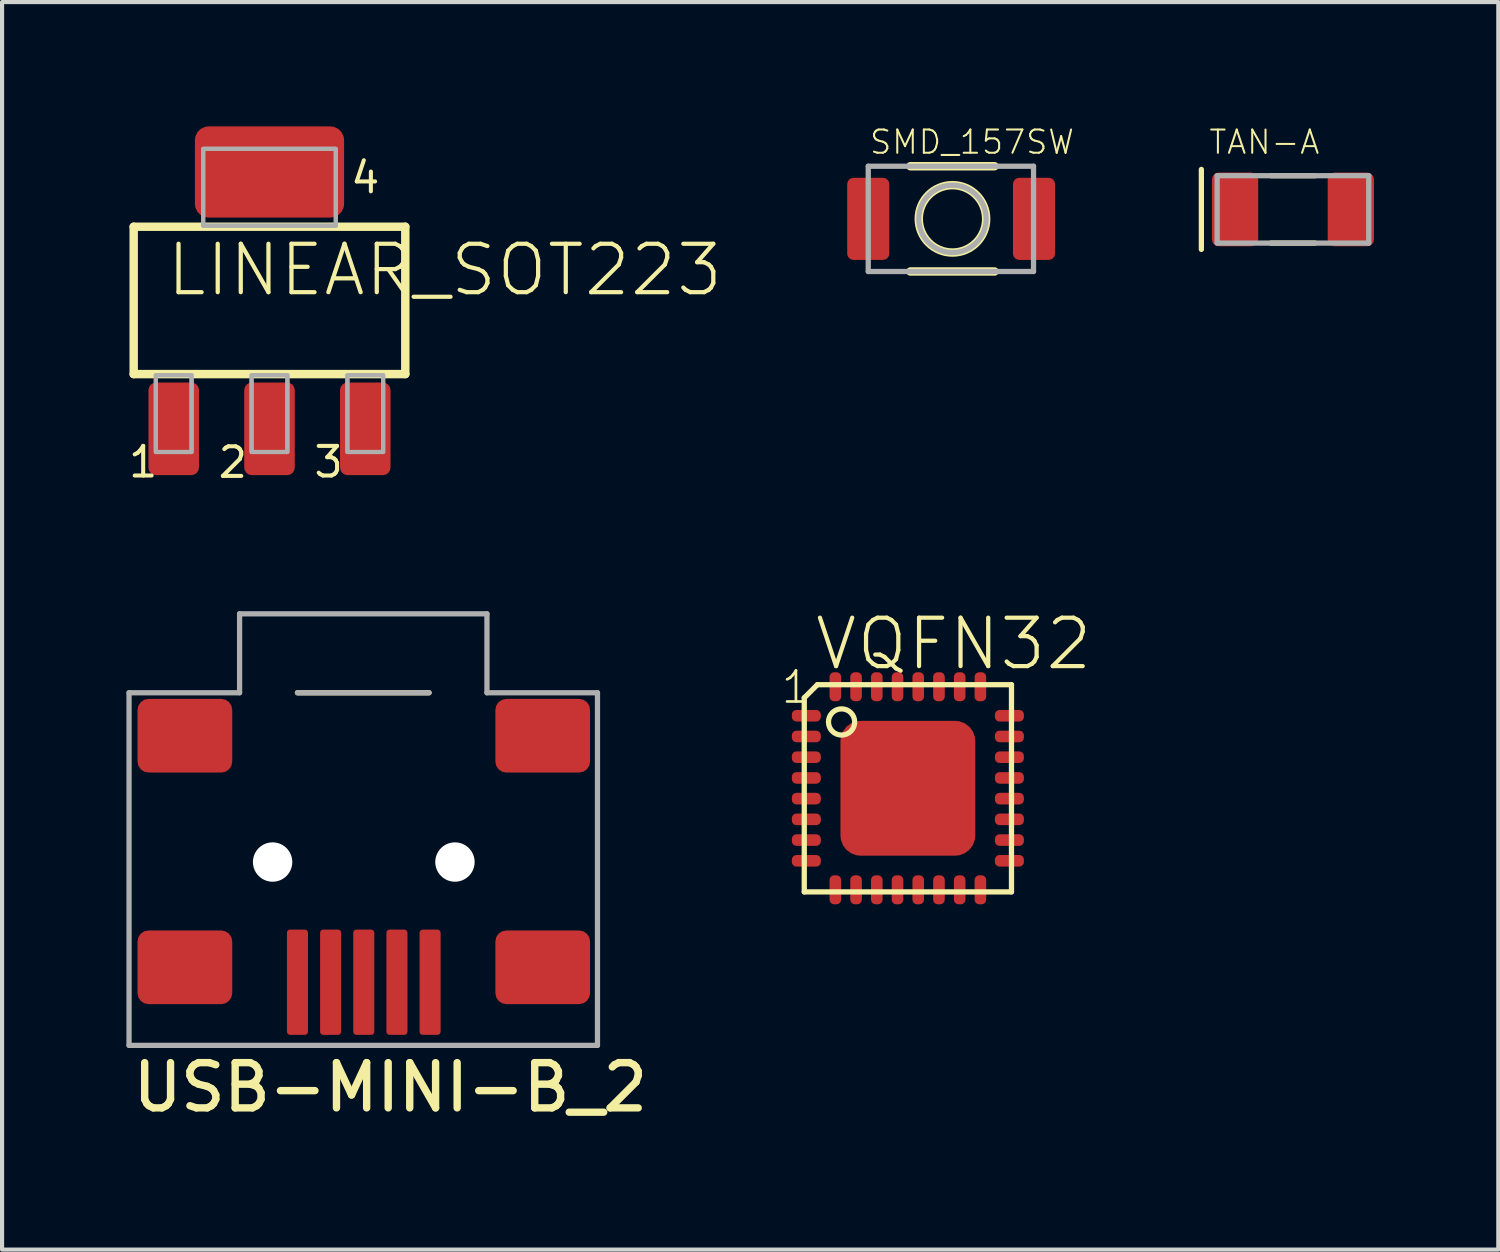
<source format=kicad_pcb>
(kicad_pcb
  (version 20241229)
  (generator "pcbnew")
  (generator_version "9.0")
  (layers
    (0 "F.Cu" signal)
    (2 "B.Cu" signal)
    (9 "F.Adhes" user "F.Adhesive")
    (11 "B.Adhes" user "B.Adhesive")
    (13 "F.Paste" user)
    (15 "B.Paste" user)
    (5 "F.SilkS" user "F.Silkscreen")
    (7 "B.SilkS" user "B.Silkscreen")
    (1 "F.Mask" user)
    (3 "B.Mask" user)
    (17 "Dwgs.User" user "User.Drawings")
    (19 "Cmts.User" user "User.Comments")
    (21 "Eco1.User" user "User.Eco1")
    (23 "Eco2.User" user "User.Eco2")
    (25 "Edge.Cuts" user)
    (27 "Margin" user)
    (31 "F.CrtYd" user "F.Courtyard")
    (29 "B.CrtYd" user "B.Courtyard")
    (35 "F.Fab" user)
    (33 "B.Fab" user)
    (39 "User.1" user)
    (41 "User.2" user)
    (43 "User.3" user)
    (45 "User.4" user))
  (footprint "SMD_157SW"
    (layer "F.Cu")
    (at 17.901 2.231)
    (property "Reference" "SMD_157SW" (at 0 -1.524 0) (unlocked yes) (layer "F.SilkS") (effects (font (size 0.561 0.561) (thickness 0.049)) (justify left bottom)))
    (fp_line (start 1.016 -1.27) (end 3.048 -1.27) (stroke (width 0.203) (type solid)) (layer "F.SilkS"))
    (fp_line (start 1.016 1.27) (end 3.048 1.27) (stroke (width 0.203) (type solid)) (layer "F.SilkS"))
    (fp_circle (center 2.032 0) (end 2.845 0) (stroke (width 0.203) (type solid)) (fill no) (layer "F.SilkS"))
    (fp_line (start 0 -1.27) (end 3.988 -1.27) (stroke (width 0.127) (type solid)) (layer "F.Fab"))
    (fp_line (start 0 1.27) (end 0 -1.27) (stroke (width 0.127) (type solid)) (layer "F.Fab"))
    (fp_line (start 3.988 -1.27) (end 3.988 1.27) (stroke (width 0.127) (type solid)) (layer "F.Fab"))
    (fp_line (start 3.988 1.27) (end 0 1.27) (stroke (width 0.127) (type solid)) (layer "F.Fab"))
    (fp_circle (center 2.032 0) (end 2.845 0) (stroke (width 0.127) (type solid)) (fill no) (layer "F.Fab"))
    (pad "1" smd roundrect (at 0 0) (size 1.016 1.981) (layers "F.Cu" "F.Mask" "F.Paste") (roundrect_rratio 0.15))
    (pad "2" smd roundrect (at 4 0) (size 1.016 1.981) (layers "F.Cu" "F.Mask" "F.Paste") (roundrect_rratio 0.15)))
  (footprint "VQFN32"
    (layer "F.Cu")
    (at 18.857 15.971)
    (property "Reference" "VQFN32" (at -2.3 -2.8 0) (unlocked yes) (layer "F.SilkS") (effects (font (size 1.168 1.168) (thickness 0.102)) (justify left bottom)))
    (fp_poly (pts (xy 0.232 -1.313) (xy 0.456 -1.253) (xy 0.667 -1.155) (xy 0.857 -1.022) (xy 1.022 -0.857) (xy 1.155 -0.667) (xy 1.254 -0.454) (xy 1.334 -0.003) (xy 1.313 0.232) (xy 1.253 0.456) (xy 1.155 0.667) (xy 1.022 0.857) (xy 0.857 1.022) (xy 0.667 1.155) (xy 0.456 1.253) (xy 0.232 1.313) (xy 0 1.334) (xy -0.232 1.313) (xy -0.456 1.253) (xy -0.667 1.155) (xy -0.857 1.022) (xy -1.022 0.857) (xy -1.155 0.667) (xy -1.253 0.456) (xy -1.313 0.232) (xy -1.334 0) (xy -1.313 -0.232) (xy -1.253 -0.456) (xy -1.155 -0.667) (xy -1.022 -0.857) (xy -0.857 -1.022) (xy -0.667 -1.155) (xy -0.456 -1.253) (xy -0.232 -1.313) (xy 0 -1.334)) (stroke (width 0) (type default)) (fill yes) (layer "F.Mask"))
    (fp_line (start -2.5 -2.183) (end -2.5 2.5) (stroke (width 0.127) (type solid)) (layer "F.SilkS"))
    (fp_line (start -2.5 2.5) (end 2.5 2.5) (stroke (width 0.127) (type solid)) (layer "F.SilkS"))
    (fp_line (start -2.183 -2.5) (end -2.5 -2.183) (stroke (width 0.127) (type solid)) (layer "F.SilkS"))
    (fp_line (start 2.5 -2.5) (end -2.183 -2.5) (stroke (width 0.127) (type solid)) (layer "F.SilkS"))
    (fp_line (start 2.5 2.5) (end 2.5 -2.5) (stroke (width 0.127) (type solid)) (layer "F.SilkS"))
    (fp_circle (center -1.6 -1.6) (end -1.284 -1.6) (stroke (width 0.127) (type solid)) (fill no) (layer "F.SilkS"))
    (fp_poly (pts (xy -0.635 0.635) (xy 0.635 0.635) (xy 0.635 -0.635) (xy -0.635 -0.635)) (stroke (width 0) (type default)) (fill yes) (layer "F.Paste"))
    (fp_text user "1" (at -3.1 -2 0) (unlocked yes) (layer "F.SilkS") (effects (font (size 0.748 0.748) (thickness 0.065)) (justify left bottom)))
    (pad "1" smd roundrect (at -2.45 -1.75 90) (size 0.28 0.7) (layers "F.Cu" "F.Mask" "F.Paste") (roundrect_rratio 0.4))
    (pad "2" smd roundrect (at -2.45 -1.25 90) (size 0.28 0.7) (layers "F.Cu" "F.Mask" "F.Paste") (roundrect_rratio 0.4))
    (pad "3" smd roundrect (at -2.45 -0.75 90) (size 0.28 0.7) (layers "F.Cu" "F.Mask" "F.Paste") (roundrect_rratio 0.4))
    (pad "4" smd roundrect (at -2.45 -0.25 90) (size 0.28 0.7) (layers "F.Cu" "F.Mask" "F.Paste") (roundrect_rratio 0.4))
    (pad "5" smd roundrect (at -2.45 0.25 90) (size 0.28 0.7) (layers "F.Cu" "F.Mask" "F.Paste") (roundrect_rratio 0.4))
    (pad "6" smd roundrect (at -2.45 0.75 90) (size 0.28 0.7) (layers "F.Cu" "F.Mask" "F.Paste") (roundrect_rratio 0.4))
    (pad "7" smd roundrect (at -2.45 1.25 90) (size 0.28 0.7) (layers "F.Cu" "F.Mask" "F.Paste") (roundrect_rratio 0.4))
    (pad "8" smd roundrect (at -2.45 1.75 90) (size 0.28 0.7) (layers "F.Cu" "F.Mask" "F.Paste") (roundrect_rratio 0.4))
    (pad "9" smd roundrect (at -1.75 2.45 180) (size 0.28 0.7) (layers "F.Cu" "F.Mask" "F.Paste") (roundrect_rratio 0.4))
    (pad "10" smd roundrect (at -1.25 2.45 180) (size 0.28 0.7) (layers "F.Cu" "F.Mask" "F.Paste") (roundrect_rratio 0.4))
    (pad "11" smd roundrect (at -0.75 2.45 180) (size 0.28 0.7) (layers "F.Cu" "F.Mask" "F.Paste") (roundrect_rratio 0.4))
    (pad "12" smd roundrect (at -0.25 2.45 180) (size 0.28 0.7) (layers "F.Cu" "F.Mask" "F.Paste") (roundrect_rratio 0.4))
    (pad "13" smd roundrect (at 0.25 2.45 180) (size 0.28 0.7) (layers "F.Cu" "F.Mask" "F.Paste") (roundrect_rratio 0.4))
    (pad "14" smd roundrect (at 0.75 2.45 180) (size 0.28 0.7) (layers "F.Cu" "F.Mask" "F.Paste") (roundrect_rratio 0.4))
    (pad "15" smd roundrect (at 1.25 2.45 180) (size 0.28 0.7) (layers "F.Cu" "F.Mask" "F.Paste") (roundrect_rratio 0.4))
    (pad "16" smd roundrect (at 1.75 2.45 180) (size 0.28 0.7) (layers "F.Cu" "F.Mask" "F.Paste") (roundrect_rratio 0.4))
    (pad "17" smd roundrect (at 2.45 1.75 90) (size 0.28 0.7) (layers "F.Cu" "F.Mask" "F.Paste") (roundrect_rratio 0.4))
    (pad "18" smd roundrect (at 2.45 1.25 90) (size 0.28 0.7) (layers "F.Cu" "F.Mask" "F.Paste") (roundrect_rratio 0.4))
    (pad "19" smd roundrect (at 2.45 0.75 90) (size 0.28 0.7) (layers "F.Cu" "F.Mask" "F.Paste") (roundrect_rratio 0.4))
    (pad "20" smd roundrect (at 2.45 0.25 90) (size 0.28 0.7) (layers "F.Cu" "F.Mask" "F.Paste") (roundrect_rratio 0.4))
    (pad "21" smd roundrect (at 2.45 -0.25 90) (size 0.28 0.7) (layers "F.Cu" "F.Mask" "F.Paste") (roundrect_rratio 0.4))
    (pad "22" smd roundrect (at 2.45 -0.75 90) (size 0.28 0.7) (layers "F.Cu" "F.Mask" "F.Paste") (roundrect_rratio 0.4))
    (pad "23" smd roundrect (at 2.45 -1.25 90) (size 0.28 0.7) (layers "F.Cu" "F.Mask" "F.Paste") (roundrect_rratio 0.4))
    (pad "24" smd roundrect (at 2.45 -1.75 90) (size 0.28 0.7) (layers "F.Cu" "F.Mask" "F.Paste") (roundrect_rratio 0.4))
    (pad "25" smd roundrect (at 1.75 -2.45 180) (size 0.28 0.7) (layers "F.Cu" "F.Mask" "F.Paste") (roundrect_rratio 0.4))
    (pad "26" smd roundrect (at 1.25 -2.45 180) (size 0.28 0.7) (layers "F.Cu" "F.Mask" "F.Paste") (roundrect_rratio 0.4))
    (pad "27" smd roundrect (at 0.75 -2.45 180) (size 0.28 0.7) (layers "F.Cu" "F.Mask" "F.Paste") (roundrect_rratio 0.4))
    (pad "28" smd roundrect (at 0.25 -2.45 180) (size 0.28 0.7) (layers "F.Cu" "F.Mask" "F.Paste") (roundrect_rratio 0.4))
    (pad "29" smd roundrect (at -0.25 -2.45 180) (size 0.28 0.7) (layers "F.Cu" "F.Mask" "F.Paste") (roundrect_rratio 0.4))
    (pad "30" smd roundrect (at -0.75 -2.45 180) (size 0.28 0.7) (layers "F.Cu" "F.Mask" "F.Paste") (roundrect_rratio 0.4))
    (pad "31" smd roundrect (at -1.25 -2.45 180) (size 0.28 0.7) (layers "F.Cu" "F.Mask" "F.Paste") (roundrect_rratio 0.4))
    (pad "32" smd roundrect (at -1.75 -2.45 180) (size 0.28 0.7) (layers "F.Cu" "F.Mask" "F.Paste") (roundrect_rratio 0.4))
    (pad "33" smd roundrect (at 0 0 180) (size 3.254 3.254) (layers "F.Cu") (roundrect_rratio 0.15)))
  (footprint "LINEAR_SOT223"
    (layer "F.Cu")
    (at 3.453 4.199)
    (property "Reference" "LINEAR_SOT223" (at -2.54 -0.051 0) (unlocked yes) (layer "F.SilkS") (effects (font (size 1.168 1.168) (thickness 0.102)) (justify left bottom)))
    (fp_line (start -3.277 -1.778) (end 3.277 -1.778) (stroke (width 0.203) (type solid)) (layer "F.SilkS"))
    (fp_line (start -3.277 1.778) (end -3.277 -1.778) (stroke (width 0.203) (type solid)) (layer "F.SilkS"))
    (fp_line (start 3.277 -1.778) (end 3.277 1.778) (stroke (width 0.203) (type solid)) (layer "F.SilkS"))
    (fp_line (start 3.277 1.778) (end -3.277 1.778) (stroke (width 0.203) (type solid)) (layer "F.SilkS"))
    (fp_poly (pts (xy -2.743 3.658) (xy -1.88 3.658) (xy -1.88 1.803) (xy -2.743 1.803)) (stroke (width 0.1) (type default)) (fill no) (layer "F.Fab"))
    (fp_poly (pts (xy -2.743 3.658) (xy -1.88 3.658) (xy -1.88 1.803) (xy -2.743 1.803)) (stroke (width 0.1) (type default)) (fill no) (layer "F.Fab"))
    (fp_poly (pts (xy -1.6 -1.803) (xy 1.6 -1.803) (xy 1.6 -3.658) (xy -1.6 -3.658)) (stroke (width 0.1) (type default)) (fill no) (layer "F.Fab"))
    (fp_poly (pts (xy -1.6 -1.803) (xy 1.6 -1.803) (xy 1.6 -3.658) (xy -1.6 -3.658)) (stroke (width 0.1) (type default)) (fill no) (layer "F.Fab"))
    (fp_poly (pts (xy -0.432 3.658) (xy 0.432 3.658) (xy 0.432 1.803) (xy -0.432 1.803)) (stroke (width 0.1) (type default)) (fill no) (layer "F.Fab"))
    (fp_poly (pts (xy -0.432 3.658) (xy 0.432 3.658) (xy 0.432 1.803) (xy -0.432 1.803)) (stroke (width 0.1) (type default)) (fill no) (layer "F.Fab"))
    (fp_poly (pts (xy 1.88 3.658) (xy 2.743 3.658) (xy 2.743 1.803) (xy 1.88 1.803)) (stroke (width 0.1) (type default)) (fill no) (layer "F.Fab"))
    (fp_poly (pts (xy 1.88 3.658) (xy 2.743 3.658) (xy 2.743 1.803) (xy 1.88 1.803)) (stroke (width 0.1) (type default)) (fill no) (layer "F.Fab"))
    (fp_text user "1" (at -3.453 4.318 0) (unlocked yes) (layer "F.SilkS") (effects (font (size 0.715 0.715) (thickness 0.098)) (justify left bottom)))
    (fp_text user "2" (at -1.291 4.327 0) (unlocked yes) (layer "F.SilkS") (effects (font (size 0.715 0.715) (thickness 0.098)) (justify left bottom)))
    (fp_text user "4" (at 1.905 -2.54 0) (unlocked yes) (layer "F.SilkS") (effects (font (size 0.715 0.715) (thickness 0.098)) (justify left bottom)))
    (fp_text user "3" (at 1.021 4.318 0) (unlocked yes) (layer "F.SilkS") (effects (font (size 0.715 0.715) (thickness 0.098)) (justify left bottom)))
    (pad "1" smd roundrect (at -2.311 3.099) (size 1.219 2.235) (layers "F.Cu" "F.Mask" "F.Paste") (roundrect_rratio 0.15))
    (pad "2" smd roundrect (at 0 3.099) (size 1.219 2.235) (layers "F.Cu" "F.Mask" "F.Paste") (roundrect_rratio 0.15))
    (pad "3" smd roundrect (at 2.311 3.099) (size 1.219 2.235) (layers "F.Cu" "F.Mask" "F.Paste") (roundrect_rratio 0.15))
    (pad "4" smd roundrect (at 0 -3.099) (size 3.6 2.2) (layers "F.Cu" "F.Mask" "F.Paste") (roundrect_rratio 0.15)))
  (footprint "USB-MINI-B_2"
    (layer "F.Cu")
    (at 4.128 20.651)
    (property "Reference" "USB-MINI-B_2" (at -4.064 3.175 0) (unlocked yes) (layer "F.SilkS") (effects (font (size 1.092 1.092) (thickness 0.178)) (justify left bottom)))
    (fp_line (start 0 -6.985) (end 3.175 -6.985) (stroke (width 0.127) (type solid)) (layer "F.SilkS"))
    (fp_line (start -4.064 -6.985) (end -1.397 -6.985) (stroke (width 0.127) (type solid)) (layer "F.Fab"))
    (fp_line (start -4.064 1.524) (end -4.064 -6.985) (stroke (width 0.127) (type solid)) (layer "F.Fab"))
    (fp_line (start -1.397 -8.89) (end 4.572 -8.89) (stroke (width 0.127) (type solid)) (layer "F.Fab"))
    (fp_line (start -1.397 -6.985) (end -1.397 -8.89) (stroke (width 0.127) (type solid)) (layer "F.Fab"))
    (fp_line (start 0 -6.985) (end 3.175 -6.985) (stroke (width 0.127) (type solid)) (layer "F.Fab"))
    (fp_line (start 4.572 -8.89) (end 4.572 -6.985) (stroke (width 0.127) (type solid)) (layer "F.Fab"))
    (fp_line (start 4.572 -6.985) (end 7.239 -6.985) (stroke (width 0.127) (type solid)) (layer "F.Fab"))
    (fp_line (start 7.239 -6.985) (end 7.239 1.524) (stroke (width 0.127) (type solid)) (layer "F.Fab"))
    (fp_line (start 7.239 1.524) (end -4.064 1.524) (stroke (width 0.127) (type solid)) (layer "F.Fab"))
    (pad "" np_thru_hole circle (at -0.6 -2.9) (size 0.95 0.95) (drill 0.95) (layers "*.Cu" "*.Mask"))
    (pad "" np_thru_hole circle (at 3.8 -2.9) (size 0.95 0.95) (drill 0.95) (layers "*.Cu" "*.Mask"))
    (pad "1" smd roundrect (at 0 0 90) (size 2.54 0.508) (layers "F.Cu" "F.Mask" "F.Paste") (roundrect_rratio 0.15))
    (pad "2" smd roundrect (at 0.8 0 90) (size 2.54 0.508) (layers "F.Cu" "F.Mask" "F.Paste") (roundrect_rratio 0.15))
    (pad "3" smd roundrect (at 1.6 0 90) (size 2.54 0.508) (layers "F.Cu" "F.Mask" "F.Paste") (roundrect_rratio 0.15))
    (pad "4" smd roundrect (at 2.4 0 90) (size 2.54 0.508) (layers "F.Cu" "F.Mask" "F.Paste") (roundrect_rratio 0.15))
    (pad "5" smd roundrect (at 3.2 0 90) (size 2.54 0.508) (layers "F.Cu" "F.Mask" "F.Paste") (roundrect_rratio 0.15))
    (pad "6" smd roundrect (at -2.717 -5.948 90) (size 1.778 2.286) (layers "F.Cu" "F.Mask" "F.Paste") (roundrect_rratio 0.15))
    (pad "7" smd roundrect (at -2.717 -0.36 90) (size 1.778 2.286) (layers "F.Cu" "F.Mask" "F.Paste") (roundrect_rratio 0.15))
    (pad "8" smd roundrect (at 5.918 -0.36 90) (size 1.778 2.286) (layers "F.Cu" "F.Mask" "F.Paste") (roundrect_rratio 0.15))
    (pad "9" smd roundrect (at 5.918 -5.948 90) (size 1.778 2.286) (layers "F.Cu" "F.Mask" "F.Paste") (roundrect_rratio 0.15)))
  (footprint "TAN-A"
    (layer "F.Cu")
    (at 26.752 2.003)
    (property "Reference" "TAN-A" (at -0.66 -1.295 0) (unlocked yes) (layer "F.SilkS") (effects (font (size 0.561 0.561) (thickness 0.049)) (justify left bottom)))
    (fp_line (start -0.813 -0.965) (end -0.813 0.965) (stroke (width 0.127) (type solid)) (layer "F.SilkS"))
    (fp_line (start 0.864 -0.813) (end 1.93 -0.813) (stroke (width 0.127) (type solid)) (layer "F.SilkS"))
    (fp_line (start 0.864 0.813) (end 1.93 0.813) (stroke (width 0.127) (type solid)) (layer "F.SilkS"))
    (fp_line (start -0.432 -0.813) (end 3.226 -0.813) (stroke (width 0.127) (type solid)) (layer "F.Fab"))
    (fp_line (start -0.432 0.813) (end -0.432 -0.813) (stroke (width 0.127) (type solid)) (layer "F.Fab"))
    (fp_line (start 3.226 -0.813) (end 3.226 0.813) (stroke (width 0.127) (type solid)) (layer "F.Fab"))
    (fp_line (start 3.226 0.813) (end -0.432 0.813) (stroke (width 0.127) (type solid)) (layer "F.Fab"))
    (pad "1" smd roundrect (at 0 0) (size 1.118 1.778) (layers "F.Cu" "F.Mask" "F.Paste") (roundrect_rratio 0.15))
    (pad "2" smd roundrect (at 2.794 0) (size 1.118 1.778) (layers "F.Cu" "F.Mask" "F.Paste") (roundrect_rratio 0.15)))
  (gr_rect
    (start -3 -3)
    (end 33.104 27.103)
    (stroke (width 0.1) (type default))
    (fill no)
    (layer "Edge.Cuts")))
</source>
